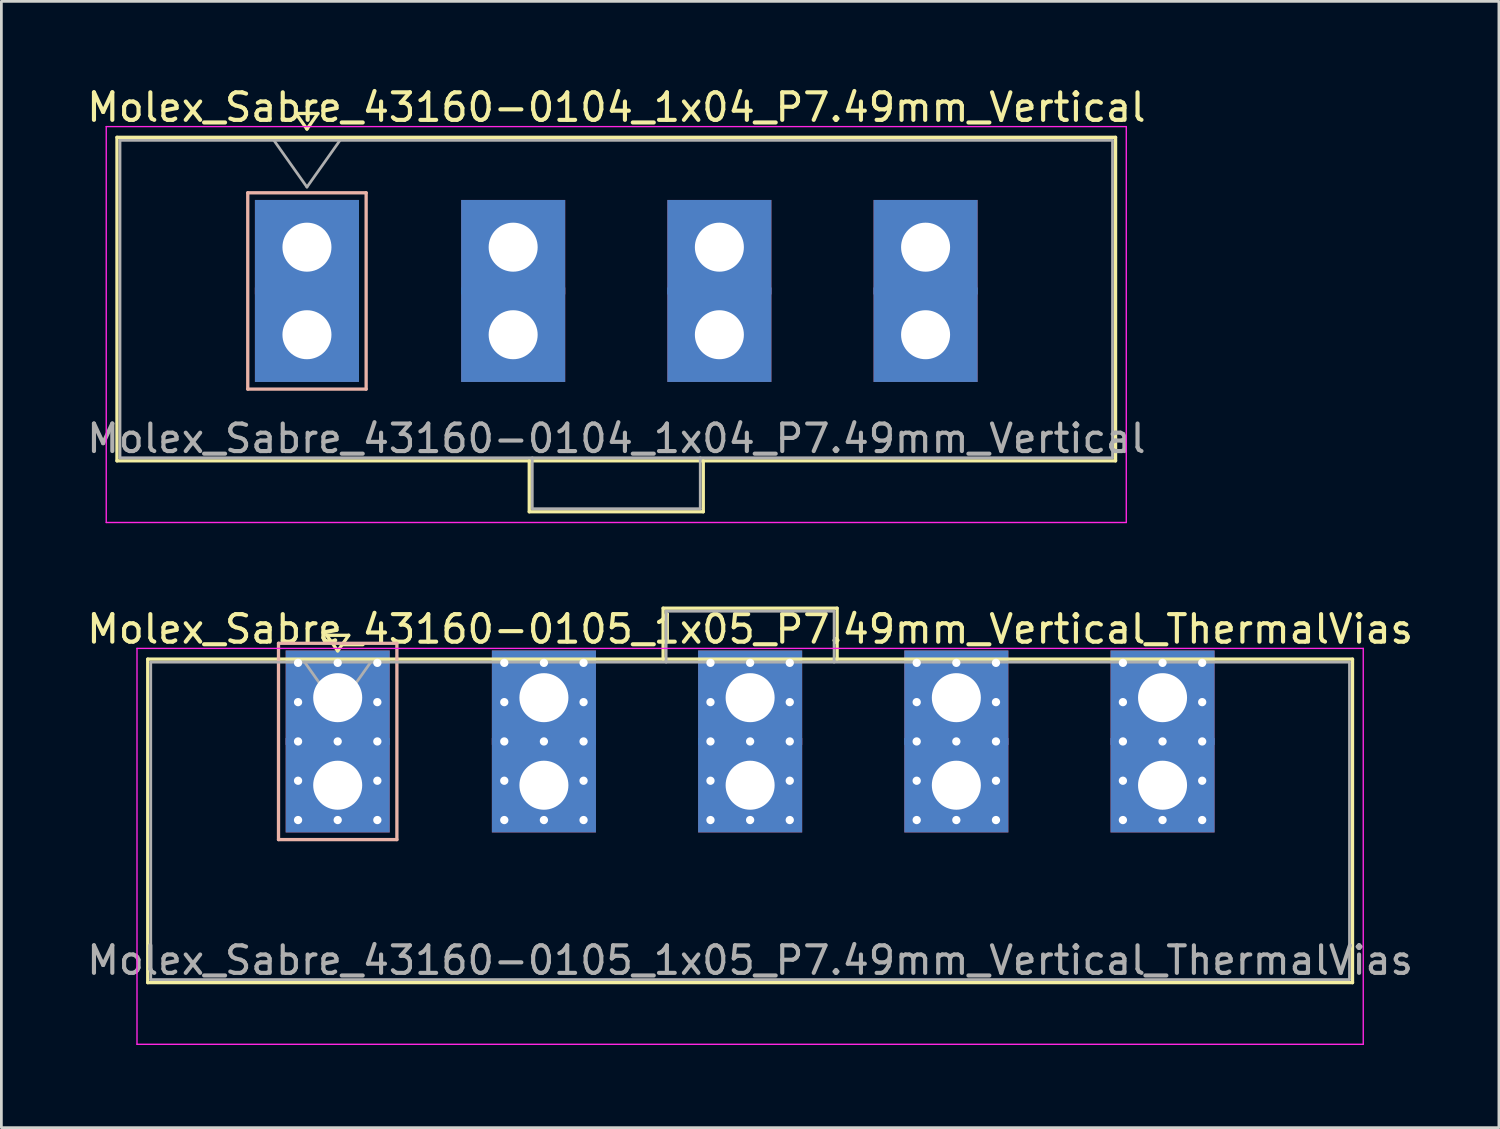
<source format=kicad_pcb>
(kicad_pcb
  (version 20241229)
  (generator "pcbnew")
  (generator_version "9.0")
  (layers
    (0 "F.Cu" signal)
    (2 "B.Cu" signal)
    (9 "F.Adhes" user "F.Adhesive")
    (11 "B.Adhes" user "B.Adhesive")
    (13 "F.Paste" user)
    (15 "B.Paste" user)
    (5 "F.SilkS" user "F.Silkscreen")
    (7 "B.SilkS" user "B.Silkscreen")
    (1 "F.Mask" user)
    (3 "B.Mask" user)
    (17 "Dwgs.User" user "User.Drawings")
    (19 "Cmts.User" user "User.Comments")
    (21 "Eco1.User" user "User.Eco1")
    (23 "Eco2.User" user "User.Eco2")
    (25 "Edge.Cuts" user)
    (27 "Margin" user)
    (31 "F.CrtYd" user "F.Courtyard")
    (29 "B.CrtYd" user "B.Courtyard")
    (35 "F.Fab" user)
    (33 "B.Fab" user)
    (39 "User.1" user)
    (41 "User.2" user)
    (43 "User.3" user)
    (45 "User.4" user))
  (footprint "Molex_Sabre_43160-0105_1x05_P7.49mm_Vertical_ThermalVias"
    (layer "F.Cu")
    (at 9.216 25.471)
    (property "Reference" "Molex_Sabre_43160-0105_1x05_P7.49mm_Vertical_ThermalVias" (at 14.98 -5.67 0) (layer "F.SilkS") (effects (font (size 1 1) (thickness 0.15))))
    (attr through_hole)
    (fp_line (start -6.9 -4.58) (end -6.9 7.17) (stroke (width 0.12) (type solid)) (layer "F.SilkS"))
    (fp_line (start -6.9 7.17) (end 36.86 7.17) (stroke (width 0.12) (type solid)) (layer "F.SilkS"))
    (fp_line (start -0.4 -5.446) (end 0 -4.88) (stroke (width 0.12) (type solid)) (layer "F.SilkS"))
    (fp_line (start 0 -4.88) (end 0.4 -5.446) (stroke (width 0.12) (type solid)) (layer "F.SilkS"))
    (fp_line (start 0.4 -5.446) (end -0.4 -5.446) (stroke (width 0.12) (type solid)) (layer "F.SilkS"))
    (fp_line (start 11.82 -6.43) (end 18.14 -6.43) (stroke (width 0.12) (type solid)) (layer "F.SilkS"))
    (fp_line (start 11.82 -4.58) (end 11.82 -6.43) (stroke (width 0.12) (type solid)) (layer "F.SilkS"))
    (fp_line (start 18.14 -6.43) (end 18.14 -4.58) (stroke (width 0.12) (type solid)) (layer "F.SilkS"))
    (fp_line (start 36.86 -4.58) (end -6.9 -4.58) (stroke (width 0.12) (type solid)) (layer "F.SilkS"))
    (fp_line (start 36.86 7.17) (end 36.86 -4.58) (stroke (width 0.12) (type solid)) (layer "F.SilkS"))
    (fp_line (start -2.15 -5.155) (end -2.15 1.975) (stroke (width 0.12) (type solid)) (layer "B.SilkS"))
    (fp_line (start -2.15 1.975) (end 2.15 1.975) (stroke (width 0.12) (type solid)) (layer "B.SilkS"))
    (fp_line (start 2.15 -5.155) (end -2.15 -5.155) (stroke (width 0.12) (type solid)) (layer "B.SilkS"))
    (fp_line (start 2.15 1.975) (end 2.15 -5.155) (stroke (width 0.12) (type solid)) (layer "B.SilkS"))
    (fp_line (start -7.29 -4.97) (end -7.29 9.41) (stroke (width 0.05) (type solid)) (layer "F.CrtYd"))
    (fp_line (start -7.29 9.41) (end 37.25 9.41) (stroke (width 0.05) (type solid)) (layer "F.CrtYd"))
    (fp_line (start 37.25 -4.97) (end -7.29 -4.97) (stroke (width 0.05) (type solid)) (layer "F.CrtYd"))
    (fp_line (start 37.25 9.41) (end 37.25 -4.97) (stroke (width 0.05) (type solid)) (layer "F.CrtYd"))
    (fp_line (start -6.79 -4.47) (end -6.79 7.06) (stroke (width 0.1) (type solid)) (layer "F.Fab"))
    (fp_line (start -6.79 7.06) (end 36.75 7.06) (stroke (width 0.1) (type solid)) (layer "F.Fab"))
    (fp_line (start -1.2 -4.47) (end 0 -2.773) (stroke (width 0.1) (type solid)) (layer "F.Fab"))
    (fp_line (start 0 -2.773) (end 1.2 -4.47) (stroke (width 0.1) (type solid)) (layer "F.Fab"))
    (fp_line (start 11.93 -6.32) (end 18.03 -6.32) (stroke (width 0.1) (type solid)) (layer "F.Fab"))
    (fp_line (start 11.93 -4.47) (end 11.93 -6.32) (stroke (width 0.1) (type solid)) (layer "F.Fab"))
    (fp_line (start 18.03 -6.32) (end 18.03 -4.47) (stroke (width 0.1) (type solid)) (layer "F.Fab"))
    (fp_line (start 36.75 -4.47) (end -6.79 -4.47) (stroke (width 0.1) (type solid)) (layer "F.Fab"))
    (fp_line (start 36.75 7.06) (end 36.75 -4.47) (stroke (width 0.1) (type solid)) (layer "F.Fab"))
    (fp_text user "${REFERENCE}" (at 14.98 6.36 0) (layer "F.Fab") (effects (font (size 1 1) (thickness 0.15))))
    (pad "1" thru_hole rect (at -1.44 -4.445) (size 0.6 0.6) (drill 0.3) (layers "*.Cu" "*.Mask"))
    (pad "1" thru_hole rect (at -1.44 -3.018) (size 0.6 0.6) (drill 0.3) (layers "*.Cu" "*.Mask"))
    (pad "1" thru_hole rect (at -1.44 -1.59) (size 0.6 0.6) (drill 0.3) (layers "*.Cu" "*.Mask"))
    (pad "1" thru_hole rect (at -1.44 -0.163) (size 0.6 0.6) (drill 0.3) (layers "*.Cu" "*.Mask"))
    (pad "1" thru_hole rect (at -1.44 1.265) (size 0.6 0.6) (drill 0.3) (layers "*.Cu" "*.Mask"))
    (pad "1" thru_hole rect (at 0 -4.445) (size 0.6 0.6) (drill 0.3) (layers "*.Cu" "*.Mask"))
    (pad "1" thru_hole rect (at 0 -3.18) (size 3.78 3.43) (drill 1.78) (layers "*.Cu" "*.Mask"))
    (pad "1" thru_hole rect (at 0 -1.59) (size 0.6 0.6) (drill 0.3) (layers "*.Cu" "*.Mask"))
    (pad "1" thru_hole rect (at 0 0) (size 3.78 3.43) (drill 1.78) (layers "*.Cu" "*.Mask"))
    (pad "1" thru_hole rect (at 0 1.265) (size 0.6 0.6) (drill 0.3) (layers "*.Cu" "*.Mask"))
    (pad "1" thru_hole rect (at 1.44 -4.445) (size 0.6 0.6) (drill 0.3) (layers "*.Cu" "*.Mask"))
    (pad "1" thru_hole rect (at 1.44 -3.018) (size 0.6 0.6) (drill 0.3) (layers "*.Cu" "*.Mask"))
    (pad "1" thru_hole rect (at 1.44 -1.59) (size 0.6 0.6) (drill 0.3) (layers "*.Cu" "*.Mask"))
    (pad "1" thru_hole rect (at 1.44 -0.163) (size 0.6 0.6) (drill 0.3) (layers "*.Cu" "*.Mask"))
    (pad "1" thru_hole rect (at 1.44 1.265) (size 0.6 0.6) (drill 0.3) (layers "*.Cu" "*.Mask"))
    (pad "2" thru_hole circle (at 6.05 -4.445) (size 0.6 0.6) (drill 0.3) (layers "*.Cu" "*.Mask"))
    (pad "2" thru_hole circle (at 6.05 -3.018) (size 0.6 0.6) (drill 0.3) (layers "*.Cu" "*.Mask"))
    (pad "2" thru_hole circle (at 6.05 -1.59) (size 0.6 0.6) (drill 0.3) (layers "*.Cu" "*.Mask"))
    (pad "2" thru_hole circle (at 6.05 -0.163) (size 0.6 0.6) (drill 0.3) (layers "*.Cu" "*.Mask"))
    (pad "2" thru_hole circle (at 6.05 1.265) (size 0.6 0.6) (drill 0.3) (layers "*.Cu" "*.Mask"))
    (pad "2" thru_hole circle (at 7.49 -4.445) (size 0.6 0.6) (drill 0.3) (layers "*.Cu" "*.Mask"))
    (pad "2" thru_hole rect (at 7.49 -3.18) (size 3.78 3.43) (drill 1.78) (layers "*.Cu" "*.Mask"))
    (pad "2" thru_hole circle (at 7.49 -1.59) (size 0.6 0.6) (drill 0.3) (layers "*.Cu" "*.Mask"))
    (pad "2" thru_hole rect (at 7.49 0) (size 3.78 3.43) (drill 1.78) (layers "*.Cu" "*.Mask"))
    (pad "2" thru_hole circle (at 7.49 1.265) (size 0.6 0.6) (drill 0.3) (layers "*.Cu" "*.Mask"))
    (pad "2" thru_hole circle (at 8.93 -4.445) (size 0.6 0.6) (drill 0.3) (layers "*.Cu" "*.Mask"))
    (pad "2" thru_hole circle (at 8.93 -3.018) (size 0.6 0.6) (drill 0.3) (layers "*.Cu" "*.Mask"))
    (pad "2" thru_hole circle (at 8.93 -1.59) (size 0.6 0.6) (drill 0.3) (layers "*.Cu" "*.Mask"))
    (pad "2" thru_hole circle (at 8.93 -0.163) (size 0.6 0.6) (drill 0.3) (layers "*.Cu" "*.Mask"))
    (pad "2" thru_hole circle (at 8.93 1.265) (size 0.6 0.6) (drill 0.3) (layers "*.Cu" "*.Mask"))
    (pad "3" thru_hole circle (at 13.54 -4.445) (size 0.6 0.6) (drill 0.3) (layers "*.Cu" "*.Mask"))
    (pad "3" thru_hole circle (at 13.54 -3.018) (size 0.6 0.6) (drill 0.3) (layers "*.Cu" "*.Mask"))
    (pad "3" thru_hole circle (at 13.54 -1.59) (size 0.6 0.6) (drill 0.3) (layers "*.Cu" "*.Mask"))
    (pad "3" thru_hole circle (at 13.54 -0.163) (size 0.6 0.6) (drill 0.3) (layers "*.Cu" "*.Mask"))
    (pad "3" thru_hole circle (at 13.54 1.265) (size 0.6 0.6) (drill 0.3) (layers "*.Cu" "*.Mask"))
    (pad "3" thru_hole circle (at 14.98 -4.445) (size 0.6 0.6) (drill 0.3) (layers "*.Cu" "*.Mask"))
    (pad "3" thru_hole rect (at 14.98 -3.18) (size 3.78 3.43) (drill 1.78) (layers "*.Cu" "*.Mask"))
    (pad "3" thru_hole circle (at 14.98 -1.59) (size 0.6 0.6) (drill 0.3) (layers "*.Cu" "*.Mask"))
    (pad "3" thru_hole rect (at 14.98 0) (size 3.78 3.43) (drill 1.78) (layers "*.Cu" "*.Mask"))
    (pad "3" thru_hole circle (at 14.98 1.265) (size 0.6 0.6) (drill 0.3) (layers "*.Cu" "*.Mask"))
    (pad "3" thru_hole circle (at 16.42 -4.445) (size 0.6 0.6) (drill 0.3) (layers "*.Cu" "*.Mask"))
    (pad "3" thru_hole circle (at 16.42 -3.018) (size 0.6 0.6) (drill 0.3) (layers "*.Cu" "*.Mask"))
    (pad "3" thru_hole circle (at 16.42 -1.59) (size 0.6 0.6) (drill 0.3) (layers "*.Cu" "*.Mask"))
    (pad "3" thru_hole circle (at 16.42 -0.163) (size 0.6 0.6) (drill 0.3) (layers "*.Cu" "*.Mask"))
    (pad "3" thru_hole circle (at 16.42 1.265) (size 0.6 0.6) (drill 0.3) (layers "*.Cu" "*.Mask"))
    (pad "4" thru_hole circle (at 21.03 -4.445) (size 0.6 0.6) (drill 0.3) (layers "*.Cu" "*.Mask"))
    (pad "4" thru_hole circle (at 21.03 -3.018) (size 0.6 0.6) (drill 0.3) (layers "*.Cu" "*.Mask"))
    (pad "4" thru_hole circle (at 21.03 -1.59) (size 0.6 0.6) (drill 0.3) (layers "*.Cu" "*.Mask"))
    (pad "4" thru_hole circle (at 21.03 -0.163) (size 0.6 0.6) (drill 0.3) (layers "*.Cu" "*.Mask"))
    (pad "4" thru_hole circle (at 21.03 1.265) (size 0.6 0.6) (drill 0.3) (layers "*.Cu" "*.Mask"))
    (pad "4" thru_hole circle (at 22.47 -4.445) (size 0.6 0.6) (drill 0.3) (layers "*.Cu" "*.Mask"))
    (pad "4" thru_hole rect (at 22.47 -3.18) (size 3.78 3.43) (drill 1.78) (layers "*.Cu" "*.Mask"))
    (pad "4" thru_hole circle (at 22.47 -1.59) (size 0.6 0.6) (drill 0.3) (layers "*.Cu" "*.Mask"))
    (pad "4" thru_hole rect (at 22.47 0) (size 3.78 3.43) (drill 1.78) (layers "*.Cu" "*.Mask"))
    (pad "4" thru_hole circle (at 22.47 1.265) (size 0.6 0.6) (drill 0.3) (layers "*.Cu" "*.Mask"))
    (pad "4" thru_hole circle (at 23.91 -4.445) (size 0.6 0.6) (drill 0.3) (layers "*.Cu" "*.Mask"))
    (pad "4" thru_hole circle (at 23.91 -3.018) (size 0.6 0.6) (drill 0.3) (layers "*.Cu" "*.Mask"))
    (pad "4" thru_hole circle (at 23.91 -1.59) (size 0.6 0.6) (drill 0.3) (layers "*.Cu" "*.Mask"))
    (pad "4" thru_hole circle (at 23.91 -0.163) (size 0.6 0.6) (drill 0.3) (layers "*.Cu" "*.Mask"))
    (pad "4" thru_hole circle (at 23.91 1.265) (size 0.6 0.6) (drill 0.3) (layers "*.Cu" "*.Mask"))
    (pad "5" thru_hole circle (at 28.52 -4.445) (size 0.6 0.6) (drill 0.3) (layers "*.Cu" "*.Mask"))
    (pad "5" thru_hole circle (at 28.52 -3.018) (size 0.6 0.6) (drill 0.3) (layers "*.Cu" "*.Mask"))
    (pad "5" thru_hole circle (at 28.52 -1.59) (size 0.6 0.6) (drill 0.3) (layers "*.Cu" "*.Mask"))
    (pad "5" thru_hole circle (at 28.52 -0.163) (size 0.6 0.6) (drill 0.3) (layers "*.Cu" "*.Mask"))
    (pad "5" thru_hole circle (at 28.52 1.265) (size 0.6 0.6) (drill 0.3) (layers "*.Cu" "*.Mask"))
    (pad "5" thru_hole circle (at 29.96 -4.445) (size 0.6 0.6) (drill 0.3) (layers "*.Cu" "*.Mask"))
    (pad "5" thru_hole rect (at 29.96 -3.18) (size 3.78 3.43) (drill 1.78) (layers "*.Cu" "*.Mask"))
    (pad "5" thru_hole circle (at 29.96 -1.59) (size 0.6 0.6) (drill 0.3) (layers "*.Cu" "*.Mask"))
    (pad "5" thru_hole rect (at 29.96 0) (size 3.78 3.43) (drill 1.78) (layers "*.Cu" "*.Mask"))
    (pad "5" thru_hole circle (at 29.96 1.265) (size 0.6 0.6) (drill 0.3) (layers "*.Cu" "*.Mask"))
    (pad "5" thru_hole circle (at 31.4 -4.445) (size 0.6 0.6) (drill 0.3) (layers "*.Cu" "*.Mask"))
    (pad "5" thru_hole circle (at 31.4 -3.018) (size 0.6 0.6) (drill 0.3) (layers "*.Cu" "*.Mask"))
    (pad "5" thru_hole circle (at 31.4 -1.59) (size 0.6 0.6) (drill 0.3) (layers "*.Cu" "*.Mask"))
    (pad "5" thru_hole circle (at 31.4 -0.163) (size 0.6 0.6) (drill 0.3) (layers "*.Cu" "*.Mask"))
    (pad "5" thru_hole circle (at 31.4 1.265) (size 0.6 0.6) (drill 0.3) (layers "*.Cu" "*.Mask")))
  (footprint "Molex_Sabre_43160-0104_1x04_P7.49mm_Vertical"
    (layer "F.Cu")
    (at 8.099 9.108)
    (property "Reference" "Molex_Sabre_43160-0104_1x04_P7.49mm_Vertical" (at 11.24 -8.26 0) (layer "F.SilkS") (effects (font (size 1 1) (thickness 0.15))))
    (attr through_hole)
    (fp_line (start -6.9 -7.17) (end -6.9 4.58) (stroke (width 0.12) (type solid)) (layer "F.SilkS"))
    (fp_line (start -6.9 4.58) (end 29.37 4.58) (stroke (width 0.12) (type solid)) (layer "F.SilkS"))
    (fp_line (start -0.4 -8.036) (end 0 -7.47) (stroke (width 0.12) (type solid)) (layer "F.SilkS"))
    (fp_line (start 0 -7.47) (end 0.4 -8.036) (stroke (width 0.12) (type solid)) (layer "F.SilkS"))
    (fp_line (start 0.4 -8.036) (end -0.4 -8.036) (stroke (width 0.12) (type solid)) (layer "F.SilkS"))
    (fp_line (start 8.075 4.58) (end 8.075 6.43) (stroke (width 0.12) (type solid)) (layer "F.SilkS"))
    (fp_line (start 8.075 6.43) (end 14.395 6.43) (stroke (width 0.12) (type solid)) (layer "F.SilkS"))
    (fp_line (start 14.395 6.43) (end 14.395 4.58) (stroke (width 0.12) (type solid)) (layer "F.SilkS"))
    (fp_line (start 29.37 -7.17) (end -6.9 -7.17) (stroke (width 0.12) (type solid)) (layer "F.SilkS"))
    (fp_line (start 29.37 4.58) (end 29.37 -7.17) (stroke (width 0.12) (type solid)) (layer "F.SilkS"))
    (fp_line (start -2.15 -5.155) (end -2.15 1.975) (stroke (width 0.12) (type solid)) (layer "B.SilkS"))
    (fp_line (start -2.15 1.975) (end 2.15 1.975) (stroke (width 0.12) (type solid)) (layer "B.SilkS"))
    (fp_line (start 2.15 -5.155) (end -2.15 -5.155) (stroke (width 0.12) (type solid)) (layer "B.SilkS"))
    (fp_line (start 2.15 1.975) (end 2.15 -5.155) (stroke (width 0.12) (type solid)) (layer "B.SilkS"))
    (fp_line (start -7.29 -7.56) (end -7.29 6.82) (stroke (width 0.05) (type solid)) (layer "F.CrtYd"))
    (fp_line (start -7.29 6.82) (end 29.76 6.82) (stroke (width 0.05) (type solid)) (layer "F.CrtYd"))
    (fp_line (start 29.76 -7.56) (end -7.29 -7.56) (stroke (width 0.05) (type solid)) (layer "F.CrtYd"))
    (fp_line (start 29.76 6.82) (end 29.76 -7.56) (stroke (width 0.05) (type solid)) (layer "F.CrtYd"))
    (fp_line (start -6.79 -7.06) (end -6.79 4.47) (stroke (width 0.1) (type solid)) (layer "F.Fab"))
    (fp_line (start -6.79 4.47) (end 29.26 4.47) (stroke (width 0.1) (type solid)) (layer "F.Fab"))
    (fp_line (start -1.2 -7.06) (end 0 -5.363) (stroke (width 0.1) (type solid)) (layer "F.Fab"))
    (fp_line (start 0 -5.363) (end 1.2 -7.06) (stroke (width 0.1) (type solid)) (layer "F.Fab"))
    (fp_line (start 8.185 4.47) (end 8.185 6.32) (stroke (width 0.1) (type solid)) (layer "F.Fab"))
    (fp_line (start 8.185 6.32) (end 14.285 6.32) (stroke (width 0.1) (type solid)) (layer "F.Fab"))
    (fp_line (start 14.285 6.32) (end 14.285 4.47) (stroke (width 0.1) (type solid)) (layer "F.Fab"))
    (fp_line (start 29.26 -7.06) (end -6.79 -7.06) (stroke (width 0.1) (type solid)) (layer "F.Fab"))
    (fp_line (start 29.26 4.47) (end 29.26 -7.06) (stroke (width 0.1) (type solid)) (layer "F.Fab"))
    (fp_text user "${REFERENCE}" (at 11.24 3.77 0) (layer "F.Fab") (effects (font (size 1 1) (thickness 0.15))))
    (pad "1" thru_hole rect (at 0 -3.18) (size 3.78 3.43) (drill 1.78) (layers "*.Cu" "*.Mask"))
    (pad "1" thru_hole rect (at 0 0) (size 3.78 3.43) (drill 1.78) (layers "*.Cu" "*.Mask"))
    (pad "2" thru_hole rect (at 7.49 -3.18) (size 3.78 3.43) (drill 1.78) (layers "*.Cu" "*.Mask"))
    (pad "2" thru_hole rect (at 7.49 0) (size 3.78 3.43) (drill 1.78) (layers "*.Cu" "*.Mask"))
    (pad "3" thru_hole rect (at 14.98 -3.18) (size 3.78 3.43) (drill 1.78) (layers "*.Cu" "*.Mask"))
    (pad "3" thru_hole rect (at 14.98 0) (size 3.78 3.43) (drill 1.78) (layers "*.Cu" "*.Mask"))
    (pad "4" thru_hole rect (at 22.47 -3.18) (size 3.78 3.43) (drill 1.78) (layers "*.Cu" "*.Mask"))
    (pad "4" thru_hole rect (at 22.47 0) (size 3.78 3.43) (drill 1.78) (layers "*.Cu" "*.Mask")))
  (gr_rect
    (start -3 -3)
    (end 51.393 37.907)
    (stroke (width 0.1) (type default))
    (fill no)
    (layer "Edge.Cuts")))
</source>
